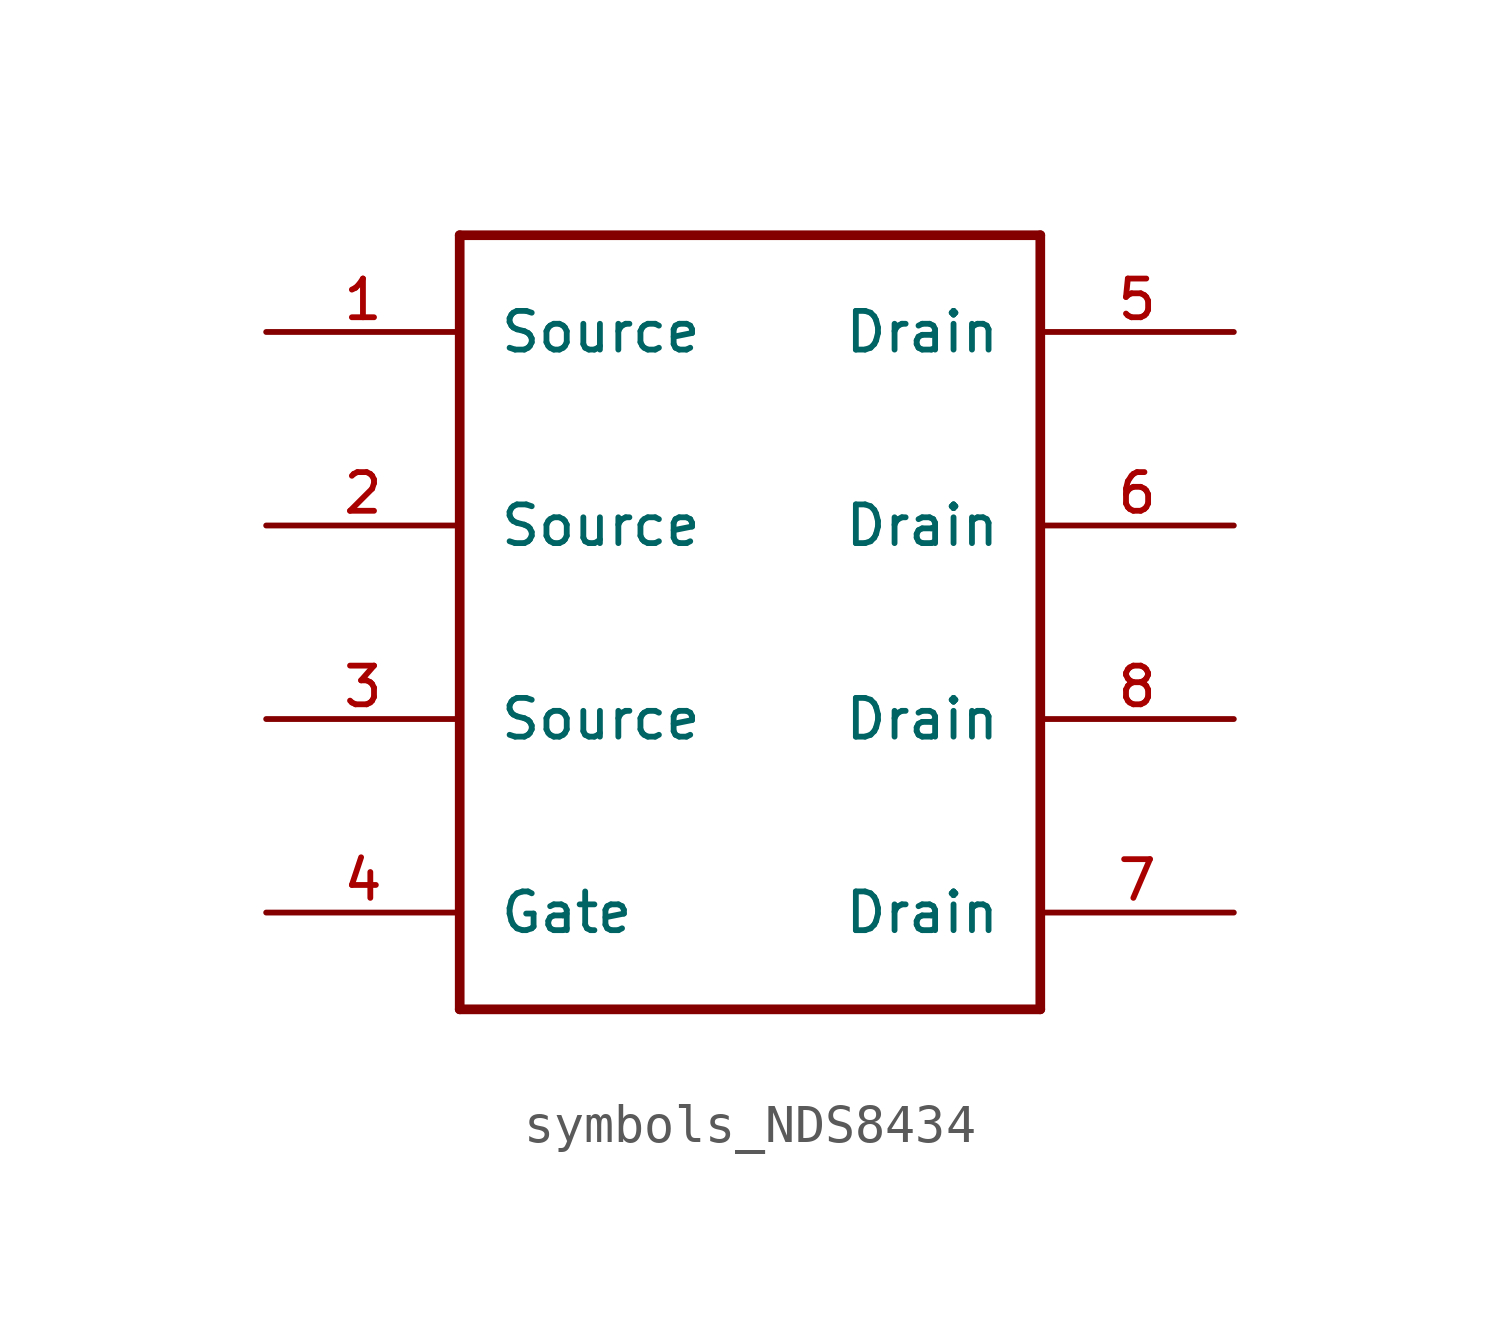
<source format=kicad_sym>
(kicad_symbol_lib
  (version 20211014)
  (generator kicad_symbol_editor)
  (symbol "symbols_NDS8434"
    (pin_names
      (offset 1.016))
    (property "Reference" "U"
      (at 0 0 0)
      (effects (font (size 1.27 1.27)) (justify left bottom) hide))
    (symbol "symbols_NDS8434_0_0"
      (polyline (pts (xy -7.62 -10.16) (xy -7.62 10.16)) (stroke (width 0.254) (type default) (color 0 0 0 0)) (fill (type none)))
      (polyline (pts (xy -7.62 10.16) (xy 7.62 10.16)) (stroke (width 0.254) (type default) (color 0 0 0 0)) (fill (type none)))
      (polyline (pts (xy 7.62 -10.16) (xy -7.62 -10.16)) (stroke (width 0.254) (type default) (color 0 0 0 0)) (fill (type none)))
      (polyline (pts (xy 7.62 10.16) (xy 7.62 -10.16)) (stroke (width 0.254) (type default) (color 0 0 0 0)) (fill (type none)))
      (pin bidirectional line (at -12.7 7.62 0) (length 5.08) (name "Source" (effects (font (size 1.016 1.016)))) (number "1" (effects (font (size 1.016 1.016)))))
      (pin bidirectional line (at -12.7 2.54 0) (length 5.08) (name "Source" (effects (font (size 1.016 1.016)))) (number "2" (effects (font (size 1.016 1.016)))))
      (pin bidirectional line (at -12.7 -2.54 0) (length 5.08) (name "Source" (effects (font (size 1.016 1.016)))) (number "3" (effects (font (size 1.016 1.016)))))
      (pin bidirectional line (at -12.7 -7.62 0) (length 5.08) (name "Gate" (effects (font (size 1.016 1.016)))) (number "4" (effects (font (size 1.016 1.016)))))
      (pin bidirectional line (at 12.7 7.62 180) (length 5.08) (name "Drain" (effects (font (size 1.016 1.016)))) (number "5" (effects (font (size 1.016 1.016)))))
      (pin bidirectional line (at 12.7 2.54 180) (length 5.08) (name "Drain" (effects (font (size 1.016 1.016)))) (number "6" (effects (font (size 1.016 1.016)))))
      (pin bidirectional line (at 12.7 -7.62 180) (length 5.08) (name "Drain" (effects (font (size 1.016 1.016)))) (number "7" (effects (font (size 1.016 1.016)))))
      (pin bidirectional line (at 12.7 -2.54 180) (length 5.08) (name "Drain" (effects (font (size 1.016 1.016)))) (number "8" (effects (font (size 1.016 1.016))))))))
</source>
